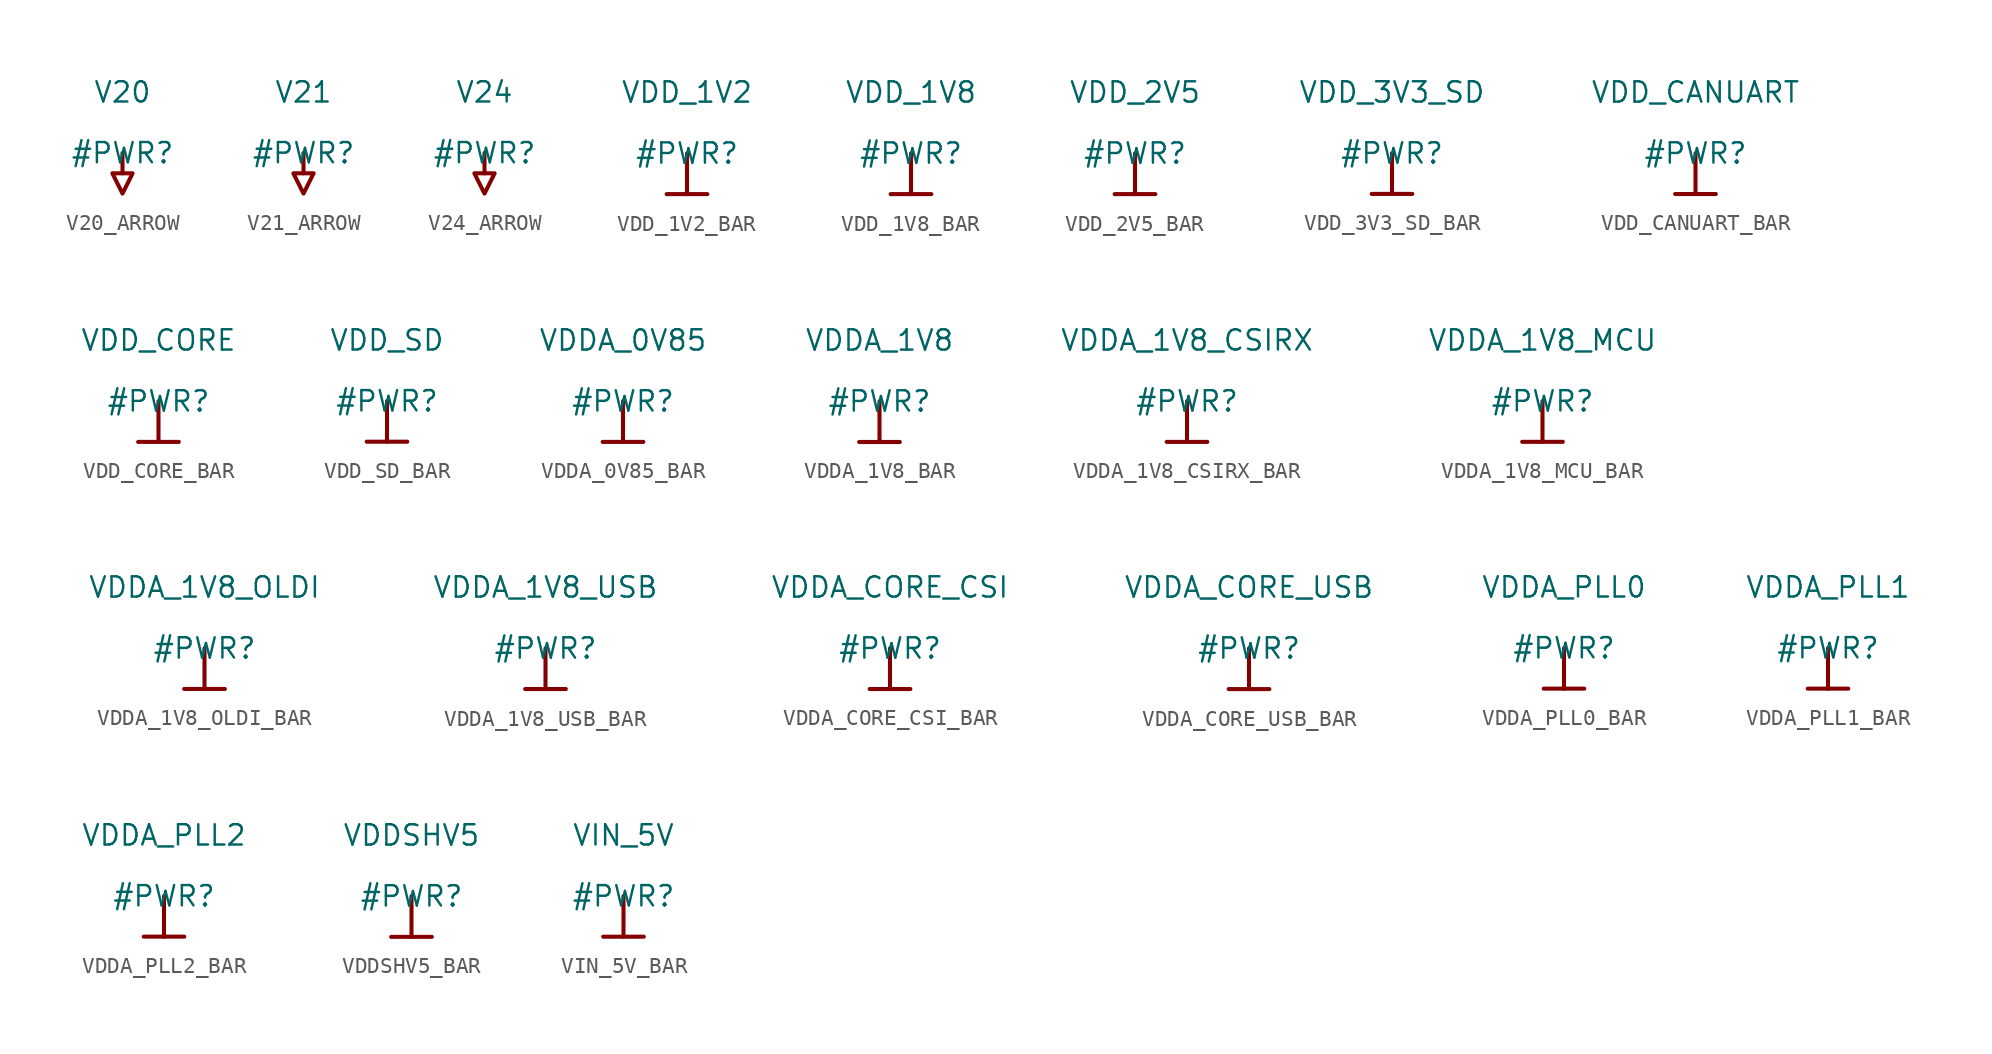
<source format=kicad_sym>
(kicad_symbol_lib
  (version 20231120)
  (generator "kicad_symbol_editor")
  (generator_version "8.0")
  (symbol "V20_ARROW"
    (power)
    (property "Reference" "#PWR"
      (at 0 0 0)
      (effects (font (size 1.27 1.27))))
    (property "Value" "V20"
      (at 0 3.81 0)
      (effects (font (size 1.27 1.27))))
    (symbol "V20_ARROW_0_0"
      (polyline (pts (xy 0 0) (xy 0 -1.27)) (stroke (width 0.254) (type solid)) (fill (type none)))
      (polyline (pts (xy -0.635 -1.27) (xy 0.635 -1.27) (xy 0 -2.54) (xy -0.635 -1.27)) (stroke (width 0.254) (type solid)) (fill (type none)))
      (pin power_in line (at 0 0 0) (length 0) hide (name "V20" (effects (font (size 1.27 1.27)))) (number "" (effects (font (size 1.27 1.27)))))))
  (symbol "V21_ARROW"
    (power)
    (property "Reference" "#PWR"
      (at 0 0 0)
      (effects (font (size 1.27 1.27))))
    (property "Value" "V21"
      (at 0 3.81 0)
      (effects (font (size 1.27 1.27))))
    (symbol "V21_ARROW_0_0"
      (polyline (pts (xy 0 0) (xy 0 -1.27)) (stroke (width 0.254) (type solid)) (fill (type none)))
      (polyline (pts (xy -0.635 -1.27) (xy 0.635 -1.27) (xy 0 -2.54) (xy -0.635 -1.27)) (stroke (width 0.254) (type solid)) (fill (type none)))
      (pin power_in line (at 0 0 0) (length 0) hide (name "V21" (effects (font (size 1.27 1.27)))) (number "" (effects (font (size 1.27 1.27)))))))
  (symbol "V24_ARROW"
    (power)
    (property "Reference" "#PWR"
      (at 0 0 0)
      (effects (font (size 1.27 1.27))))
    (property "Value" "V24"
      (at 0 3.81 0)
      (effects (font (size 1.27 1.27))))
    (symbol "V24_ARROW_0_0"
      (polyline (pts (xy 0 0) (xy 0 -1.27)) (stroke (width 0.254) (type solid)) (fill (type none)))
      (polyline (pts (xy -0.635 -1.27) (xy 0.635 -1.27) (xy 0 -2.54) (xy -0.635 -1.27)) (stroke (width 0.254) (type solid)) (fill (type none)))
      (pin power_in line (at 0 0 0) (length 0) hide (name "V24" (effects (font (size 1.27 1.27)))) (number "" (effects (font (size 1.27 1.27)))))))
  (symbol "VDD_1V2_BAR"
    (power)
    (property "Reference" "#PWR"
      (at 0 0 0)
      (effects (font (size 1.27 1.27))))
    (property "Value" "VDD_1V2"
      (at 0 3.81 0)
      (effects (font (size 1.27 1.27))))
    (symbol "VDD_1V2_BAR_0_0"
      (polyline (pts (xy -1.27 -2.54) (xy 1.27 -2.54)) (stroke (width 0.254) (type solid)) (fill (type none)))
      (polyline (pts (xy 0 0) (xy 0 -2.54)) (stroke (width 0.254) (type solid)) (fill (type none)))
      (pin power_in line (at 0 0 0) (length 0) hide (name "VDD_1V2" (effects (font (size 1.27 1.27)))) (number "" (effects (font (size 1.27 1.27)))))))
  (symbol "VDD_1V8_BAR"
    (power)
    (property "Reference" "#PWR"
      (at 0 0 0)
      (effects (font (size 1.27 1.27))))
    (property "Value" "VDD_1V8"
      (at 0 3.81 0)
      (effects (font (size 1.27 1.27))))
    (symbol "VDD_1V8_BAR_0_0"
      (polyline (pts (xy -1.27 -2.54) (xy 1.27 -2.54)) (stroke (width 0.254) (type solid)) (fill (type none)))
      (polyline (pts (xy 0 0) (xy 0 -2.54)) (stroke (width 0.254) (type solid)) (fill (type none)))
      (pin power_in line (at 0 0 0) (length 0) hide (name "VDD_1V8" (effects (font (size 1.27 1.27)))) (number "" (effects (font (size 1.27 1.27)))))))
  (symbol "VDD_2V5_BAR"
    (power)
    (property "Reference" "#PWR"
      (at 0 0 0)
      (effects (font (size 1.27 1.27))))
    (property "Value" "VDD_2V5"
      (at 0 3.81 0)
      (effects (font (size 1.27 1.27))))
    (symbol "VDD_2V5_BAR_0_0"
      (polyline (pts (xy -1.27 -2.54) (xy 1.27 -2.54)) (stroke (width 0.254) (type solid)) (fill (type none)))
      (polyline (pts (xy 0 0) (xy 0 -2.54)) (stroke (width 0.254) (type solid)) (fill (type none)))
      (pin power_in line (at 0 0 0) (length 0) hide (name "VDD_2V5" (effects (font (size 1.27 1.27)))) (number "" (effects (font (size 1.27 1.27)))))))
  (symbol "VDD_3V3_SD_BAR"
    (power)
    (property "Reference" "#PWR"
      (at 0 0 0)
      (effects (font (size 1.27 1.27))))
    (property "Value" "VDD_3V3_SD"
      (at 0 3.81 0)
      (effects (font (size 1.27 1.27))))
    (symbol "VDD_3V3_SD_BAR_0_0"
      (polyline (pts (xy -1.27 -2.54) (xy 1.27 -2.54)) (stroke (width 0.254) (type solid)) (fill (type none)))
      (polyline (pts (xy 0 0) (xy 0 -2.54)) (stroke (width 0.254) (type solid)) (fill (type none)))
      (pin power_in line (at 0 0 0) (length 0) hide (name "VDD_3V3_SD" (effects (font (size 1.27 1.27)))) (number "" (effects (font (size 1.27 1.27)))))))
  (symbol "VDD_CANUART_BAR"
    (power)
    (property "Reference" "#PWR"
      (at 0 0 0)
      (effects (font (size 1.27 1.27))))
    (property "Value" "VDD_CANUART"
      (at 0 3.81 0)
      (effects (font (size 1.27 1.27))))
    (symbol "VDD_CANUART_BAR_0_0"
      (polyline (pts (xy -1.27 -2.54) (xy 1.27 -2.54)) (stroke (width 0.254) (type solid)) (fill (type none)))
      (polyline (pts (xy 0 0) (xy 0 -2.54)) (stroke (width 0.254) (type solid)) (fill (type none)))
      (pin power_in line (at 0 0 0) (length 0) hide (name "VDD_CANUART" (effects (font (size 1.27 1.27)))) (number "" (effects (font (size 1.27 1.27)))))))
  (symbol "VDD_CORE_BAR"
    (power)
    (property "Reference" "#PWR"
      (at 0 0 0)
      (effects (font (size 1.27 1.27))))
    (property "Value" "VDD_CORE"
      (at 0 3.81 0)
      (effects (font (size 1.27 1.27))))
    (symbol "VDD_CORE_BAR_0_0"
      (polyline (pts (xy -1.27 -2.54) (xy 1.27 -2.54)) (stroke (width 0.254) (type solid)) (fill (type none)))
      (polyline (pts (xy 0 0) (xy 0 -2.54)) (stroke (width 0.254) (type solid)) (fill (type none)))
      (pin power_in line (at 0 0 0) (length 0) hide (name "VDD_CORE" (effects (font (size 1.27 1.27)))) (number "" (effects (font (size 1.27 1.27)))))))
  (symbol "VDD_SD_BAR"
    (power)
    (property "Reference" "#PWR"
      (at 0 0 0)
      (effects (font (size 1.27 1.27))))
    (property "Value" "VDD_SD"
      (at 0 3.81 0)
      (effects (font (size 1.27 1.27))))
    (symbol "VDD_SD_BAR_0_0"
      (polyline (pts (xy -1.27 -2.54) (xy 1.27 -2.54)) (stroke (width 0.254) (type solid)) (fill (type none)))
      (polyline (pts (xy 0 0) (xy 0 -2.54)) (stroke (width 0.254) (type solid)) (fill (type none)))
      (pin power_in line (at 0 0 0) (length 0) hide (name "VDD_SD" (effects (font (size 1.27 1.27)))) (number "" (effects (font (size 1.27 1.27)))))))
  (symbol "VDDA_0V85_BAR"
    (power)
    (property "Reference" "#PWR"
      (at 0 0 0)
      (effects (font (size 1.27 1.27))))
    (property "Value" "VDDA_0V85"
      (at 0 3.81 0)
      (effects (font (size 1.27 1.27))))
    (symbol "VDDA_0V85_BAR_0_0"
      (polyline (pts (xy -1.27 -2.54) (xy 1.27 -2.54)) (stroke (width 0.254) (type solid)) (fill (type none)))
      (polyline (pts (xy 0 0) (xy 0 -2.54)) (stroke (width 0.254) (type solid)) (fill (type none)))
      (pin power_in line (at 0 0 0) (length 0) hide (name "VDDA_0V85" (effects (font (size 1.27 1.27)))) (number "" (effects (font (size 1.27 1.27)))))))
  (symbol "VDDA_1V8_BAR"
    (power)
    (property "Reference" "#PWR"
      (at 0 0 0)
      (effects (font (size 1.27 1.27))))
    (property "Value" "VDDA_1V8"
      (at 0 3.81 0)
      (effects (font (size 1.27 1.27))))
    (symbol "VDDA_1V8_BAR_0_0"
      (polyline (pts (xy -1.27 -2.54) (xy 1.27 -2.54)) (stroke (width 0.254) (type solid)) (fill (type none)))
      (polyline (pts (xy 0 0) (xy 0 -2.54)) (stroke (width 0.254) (type solid)) (fill (type none)))
      (pin power_in line (at 0 0 0) (length 0) hide (name "VDDA_1V8" (effects (font (size 1.27 1.27)))) (number "" (effects (font (size 1.27 1.27)))))))
  (symbol "VDDA_1V8_CSIRX_BAR"
    (power)
    (property "Reference" "#PWR"
      (at 0 0 0)
      (effects (font (size 1.27 1.27))))
    (property "Value" "VDDA_1V8_CSIRX"
      (at 0 3.81 0)
      (effects (font (size 1.27 1.27))))
    (symbol "VDDA_1V8_CSIRX_BAR_0_0"
      (polyline (pts (xy -1.27 -2.54) (xy 1.27 -2.54)) (stroke (width 0.254) (type solid)) (fill (type none)))
      (polyline (pts (xy 0 0) (xy 0 -2.54)) (stroke (width 0.254) (type solid)) (fill (type none)))
      (pin power_in line (at 0 0 0) (length 0) hide (name "VDDA_1V8_CSIRX" (effects (font (size 1.27 1.27)))) (number "" (effects (font (size 1.27 1.27)))))))
  (symbol "VDDA_1V8_MCU_BAR"
    (power)
    (property "Reference" "#PWR"
      (at 0 0 0)
      (effects (font (size 1.27 1.27))))
    (property "Value" "VDDA_1V8_MCU"
      (at 0 3.81 0)
      (effects (font (size 1.27 1.27))))
    (symbol "VDDA_1V8_MCU_BAR_0_0"
      (polyline (pts (xy -1.27 -2.54) (xy 1.27 -2.54)) (stroke (width 0.254) (type solid)) (fill (type none)))
      (polyline (pts (xy 0 0) (xy 0 -2.54)) (stroke (width 0.254) (type solid)) (fill (type none)))
      (pin power_in line (at 0 0 0) (length 0) hide (name "VDDA_1V8_MCU" (effects (font (size 1.27 1.27)))) (number "" (effects (font (size 1.27 1.27)))))))
  (symbol "VDDA_1V8_OLDI_BAR"
    (power)
    (property "Reference" "#PWR"
      (at 0 0 0)
      (effects (font (size 1.27 1.27))))
    (property "Value" "VDDA_1V8_OLDI"
      (at 0 3.81 0)
      (effects (font (size 1.27 1.27))))
    (symbol "VDDA_1V8_OLDI_BAR_0_0"
      (polyline (pts (xy -1.27 -2.54) (xy 1.27 -2.54)) (stroke (width 0.254) (type solid)) (fill (type none)))
      (polyline (pts (xy 0 0) (xy 0 -2.54)) (stroke (width 0.254) (type solid)) (fill (type none)))
      (pin power_in line (at 0 0 0) (length 0) hide (name "VDDA_1V8_OLDI" (effects (font (size 1.27 1.27)))) (number "" (effects (font (size 1.27 1.27)))))))
  (symbol "VDDA_1V8_USB_BAR"
    (power)
    (property "Reference" "#PWR"
      (at 0 0 0)
      (effects (font (size 1.27 1.27))))
    (property "Value" "VDDA_1V8_USB"
      (at 0 3.81 0)
      (effects (font (size 1.27 1.27))))
    (symbol "VDDA_1V8_USB_BAR_0_0"
      (polyline (pts (xy -1.27 -2.54) (xy 1.27 -2.54)) (stroke (width 0.254) (type solid)) (fill (type none)))
      (polyline (pts (xy 0 0) (xy 0 -2.54)) (stroke (width 0.254) (type solid)) (fill (type none)))
      (pin power_in line (at 0 0 0) (length 0) hide (name "VDDA_1V8_USB" (effects (font (size 1.27 1.27)))) (number "" (effects (font (size 1.27 1.27)))))))
  (symbol "VDDA_CORE_CSI_BAR"
    (power)
    (property "Reference" "#PWR"
      (at 0 0 0)
      (effects (font (size 1.27 1.27))))
    (property "Value" "VDDA_CORE_CSI"
      (at 0 3.81 0)
      (effects (font (size 1.27 1.27))))
    (symbol "VDDA_CORE_CSI_BAR_0_0"
      (polyline (pts (xy -1.27 -2.54) (xy 1.27 -2.54)) (stroke (width 0.254) (type solid)) (fill (type none)))
      (polyline (pts (xy 0 0) (xy 0 -2.54)) (stroke (width 0.254) (type solid)) (fill (type none)))
      (pin power_in line (at 0 0 0) (length 0) hide (name "VDDA_CORE_CSI" (effects (font (size 1.27 1.27)))) (number "" (effects (font (size 1.27 1.27)))))))
  (symbol "VDDA_CORE_USB_BAR"
    (power)
    (property "Reference" "#PWR"
      (at 0 0 0)
      (effects (font (size 1.27 1.27))))
    (property "Value" "VDDA_CORE_USB"
      (at 0 3.81 0)
      (effects (font (size 1.27 1.27))))
    (symbol "VDDA_CORE_USB_BAR_0_0"
      (polyline (pts (xy -1.27 -2.54) (xy 1.27 -2.54)) (stroke (width 0.254) (type solid)) (fill (type none)))
      (polyline (pts (xy 0 0) (xy 0 -2.54)) (stroke (width 0.254) (type solid)) (fill (type none)))
      (pin power_in line (at 0 0 0) (length 0) hide (name "VDDA_CORE_USB" (effects (font (size 1.27 1.27)))) (number "" (effects (font (size 1.27 1.27)))))))
  (symbol "VDDA_PLL0_BAR"
    (power)
    (property "Reference" "#PWR"
      (at 0 0 0)
      (effects (font (size 1.27 1.27))))
    (property "Value" "VDDA_PLL0"
      (at 0 3.81 0)
      (effects (font (size 1.27 1.27))))
    (symbol "VDDA_PLL0_BAR_0_0"
      (polyline (pts (xy -1.27 -2.54) (xy 1.27 -2.54)) (stroke (width 0.254) (type solid)) (fill (type none)))
      (polyline (pts (xy 0 0) (xy 0 -2.54)) (stroke (width 0.254) (type solid)) (fill (type none)))
      (pin power_in line (at 0 0 0) (length 0) hide (name "VDDA_PLL0" (effects (font (size 1.27 1.27)))) (number "" (effects (font (size 1.27 1.27)))))))
  (symbol "VDDA_PLL1_BAR"
    (power)
    (property "Reference" "#PWR"
      (at 0 0 0)
      (effects (font (size 1.27 1.27))))
    (property "Value" "VDDA_PLL1"
      (at 0 3.81 0)
      (effects (font (size 1.27 1.27))))
    (symbol "VDDA_PLL1_BAR_0_0"
      (polyline (pts (xy -1.27 -2.54) (xy 1.27 -2.54)) (stroke (width 0.254) (type solid)) (fill (type none)))
      (polyline (pts (xy 0 0) (xy 0 -2.54)) (stroke (width 0.254) (type solid)) (fill (type none)))
      (pin power_in line (at 0 0 0) (length 0) hide (name "VDDA_PLL1" (effects (font (size 1.27 1.27)))) (number "" (effects (font (size 1.27 1.27)))))))
  (symbol "VDDA_PLL2_BAR"
    (power)
    (property "Reference" "#PWR"
      (at 0 0 0)
      (effects (font (size 1.27 1.27))))
    (property "Value" "VDDA_PLL2"
      (at 0 3.81 0)
      (effects (font (size 1.27 1.27))))
    (symbol "VDDA_PLL2_BAR_0_0"
      (polyline (pts (xy -1.27 -2.54) (xy 1.27 -2.54)) (stroke (width 0.254) (type solid)) (fill (type none)))
      (polyline (pts (xy 0 0) (xy 0 -2.54)) (stroke (width 0.254) (type solid)) (fill (type none)))
      (pin power_in line (at 0 0 0) (length 0) hide (name "VDDA_PLL2" (effects (font (size 1.27 1.27)))) (number "" (effects (font (size 1.27 1.27)))))))
  (symbol "VDDSHV5_BAR"
    (power)
    (property "Reference" "#PWR"
      (at 0 0 0)
      (effects (font (size 1.27 1.27))))
    (property "Value" "VDDSHV5"
      (at 0 3.81 0)
      (effects (font (size 1.27 1.27))))
    (symbol "VDDSHV5_BAR_0_0"
      (polyline (pts (xy -1.27 -2.54) (xy 1.27 -2.54)) (stroke (width 0.254) (type solid)) (fill (type none)))
      (polyline (pts (xy 0 0) (xy 0 -2.54)) (stroke (width 0.254) (type solid)) (fill (type none)))
      (pin power_in line (at 0 0 0) (length 0) hide (name "VDDSHV5" (effects (font (size 1.27 1.27)))) (number "" (effects (font (size 1.27 1.27)))))))
  (symbol "VIN_5V_BAR"
    (power)
    (property "Reference" "#PWR"
      (at 0 0 0)
      (effects (font (size 1.27 1.27))))
    (property "Value" "VIN_5V"
      (at 0 3.81 0)
      (effects (font (size 1.27 1.27))))
    (symbol "VIN_5V_BAR_0_0"
      (polyline (pts (xy -1.27 -2.54) (xy 1.27 -2.54)) (stroke (width 0.254) (type solid)) (fill (type none)))
      (polyline (pts (xy 0 0) (xy 0 -2.54)) (stroke (width 0.254) (type solid)) (fill (type none)))
      (pin power_in line (at 0 0 0) (length 0) hide (name "VIN_5V" (effects (font (size 1.27 1.27)))) (number "" (effects (font (size 1.27 1.27))))))))
</source>
